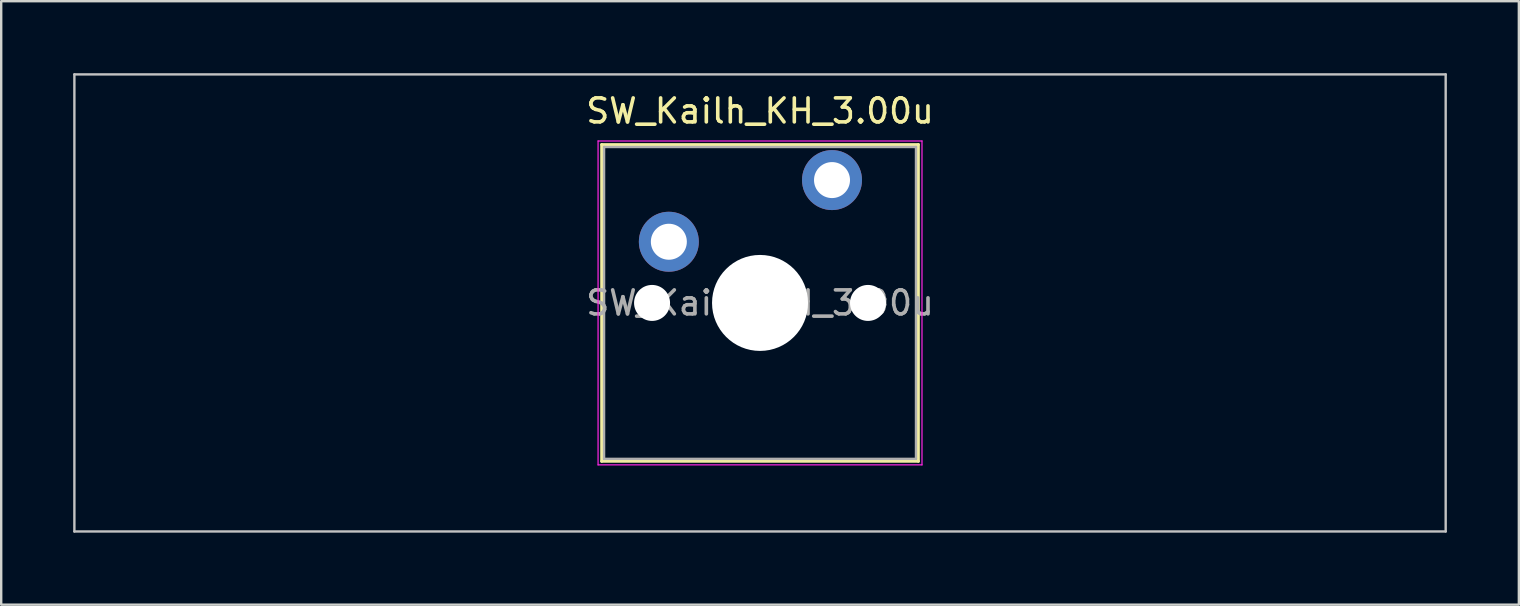
<source format=kicad_pcb>
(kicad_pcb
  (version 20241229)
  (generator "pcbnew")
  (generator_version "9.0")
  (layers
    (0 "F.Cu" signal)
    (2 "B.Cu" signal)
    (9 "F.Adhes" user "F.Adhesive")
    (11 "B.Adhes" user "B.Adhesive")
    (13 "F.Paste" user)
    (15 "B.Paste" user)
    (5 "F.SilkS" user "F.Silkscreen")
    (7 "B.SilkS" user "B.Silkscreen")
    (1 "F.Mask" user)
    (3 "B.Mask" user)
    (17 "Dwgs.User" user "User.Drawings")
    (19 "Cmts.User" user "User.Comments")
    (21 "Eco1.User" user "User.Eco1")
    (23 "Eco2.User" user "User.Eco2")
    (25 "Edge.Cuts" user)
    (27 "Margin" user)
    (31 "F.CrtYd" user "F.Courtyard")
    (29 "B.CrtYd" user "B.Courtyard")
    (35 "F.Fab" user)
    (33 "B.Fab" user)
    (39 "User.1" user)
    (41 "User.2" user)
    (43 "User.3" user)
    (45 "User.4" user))
  (footprint "SW_Kailh_KH_3.00u"
    (layer "F.Cu")
    (at 28.625 9.575)
    (property "Reference" "SW_Kailh_KH_3.00u" (at 0 -8 0) (layer "F.SilkS") (effects (font (size 1 1) (thickness 0.15))))
    (attr through_hole)
    (fp_line (start -6.6 -6.6) (end -6.6 6.6) (stroke (width 0.12) (type solid)) (layer "F.SilkS"))
    (fp_line (start -6.6 6.6) (end 6.6 6.6) (stroke (width 0.12) (type solid)) (layer "F.SilkS"))
    (fp_line (start 6.6 -6.6) (end -6.6 -6.6) (stroke (width 0.12) (type solid)) (layer "F.SilkS"))
    (fp_line (start 6.6 6.6) (end 6.6 -6.6) (stroke (width 0.12) (type solid)) (layer "F.SilkS"))
    (fp_line (start -28.575 -9.525) (end -28.575 9.525) (stroke (width 0.1) (type solid)) (layer "Dwgs.User"))
    (fp_line (start -28.575 9.525) (end 28.575 9.525) (stroke (width 0.1) (type solid)) (layer "Dwgs.User"))
    (fp_line (start 28.575 -9.525) (end -28.575 -9.525) (stroke (width 0.1) (type solid)) (layer "Dwgs.User"))
    (fp_line (start 28.575 9.525) (end 28.575 -9.525) (stroke (width 0.1) (type solid)) (layer "Dwgs.User"))
    (fp_line (start -6.1 -6.1) (end -6.1 6.1) (stroke (width 0.1) (type solid)) (layer "Eco1.User"))
    (fp_line (start -6.1 6.1) (end 6.1 6.1) (stroke (width 0.1) (type solid)) (layer "Eco1.User"))
    (fp_line (start 6.1 -6.1) (end -6.1 -6.1) (stroke (width 0.1) (type solid)) (layer "Eco1.User"))
    (fp_line (start 6.1 6.1) (end 6.1 -6.1) (stroke (width 0.1) (type solid)) (layer "Eco1.User"))
    (fp_line (start -6.75 -6.75) (end -6.75 6.75) (stroke (width 0.05) (type solid)) (layer "F.CrtYd"))
    (fp_line (start -6.75 6.75) (end 6.75 6.75) (stroke (width 0.05) (type solid)) (layer "F.CrtYd"))
    (fp_line (start 6.75 -6.75) (end -6.75 -6.75) (stroke (width 0.05) (type solid)) (layer "F.CrtYd"))
    (fp_line (start 6.75 6.75) (end 6.75 -6.75) (stroke (width 0.05) (type solid)) (layer "F.CrtYd"))
    (fp_line (start -6.5 -6.5) (end -6.5 6.5) (stroke (width 0.1) (type solid)) (layer "F.Fab"))
    (fp_line (start -6.5 6.5) (end 6.5 6.5) (stroke (width 0.1) (type solid)) (layer "F.Fab"))
    (fp_line (start 6.5 -6.5) (end -6.5 -6.5) (stroke (width 0.1) (type solid)) (layer "F.Fab"))
    (fp_line (start 6.5 6.5) (end 6.5 -6.5) (stroke (width 0.1) (type solid)) (layer "F.Fab"))
    (fp_text user "${REFERENCE}" (at 0 0 0) (layer "F.Fab") (effects (font (size 1 1) (thickness 0.15))))
    (pad "" np_thru_hole circle (at -4.5 0) (size 1.5 1.5) (drill 1.5) (layers "*.Cu" "*.Mask"))
    (pad "" smd circle (at -3.8 -2.55) (size 1.55 1.55) (layers "F.Mask"))
    (pad "" np_thru_hole circle (at 0 0) (size 4 4) (drill 4) (layers "*.Cu" "*.Mask"))
    (pad "" smd circle (at 3 -5.12) (size 1.55 1.55) (layers "F.Mask"))
    (pad "" np_thru_hole circle (at 4.5 0) (size 1.5 1.5) (drill 1.5) (layers "*.Cu" "*.Mask"))
    (pad "1" thru_hole circle (at -3.8 -2.55) (size 2.5 2.5) (drill 1.5) (layers "*.Cu" "B.Mask"))
    (pad "2" thru_hole circle (at 3 -5.12) (size 2.5 2.5) (drill 1.5) (layers "*.Cu" "B.Mask")))
  (gr_rect
    (start -3 -3)
    (end 60.25 22.15)
    (stroke (width 0.1) (type default))
    (fill no)
    (layer "Edge.Cuts")))
</source>
